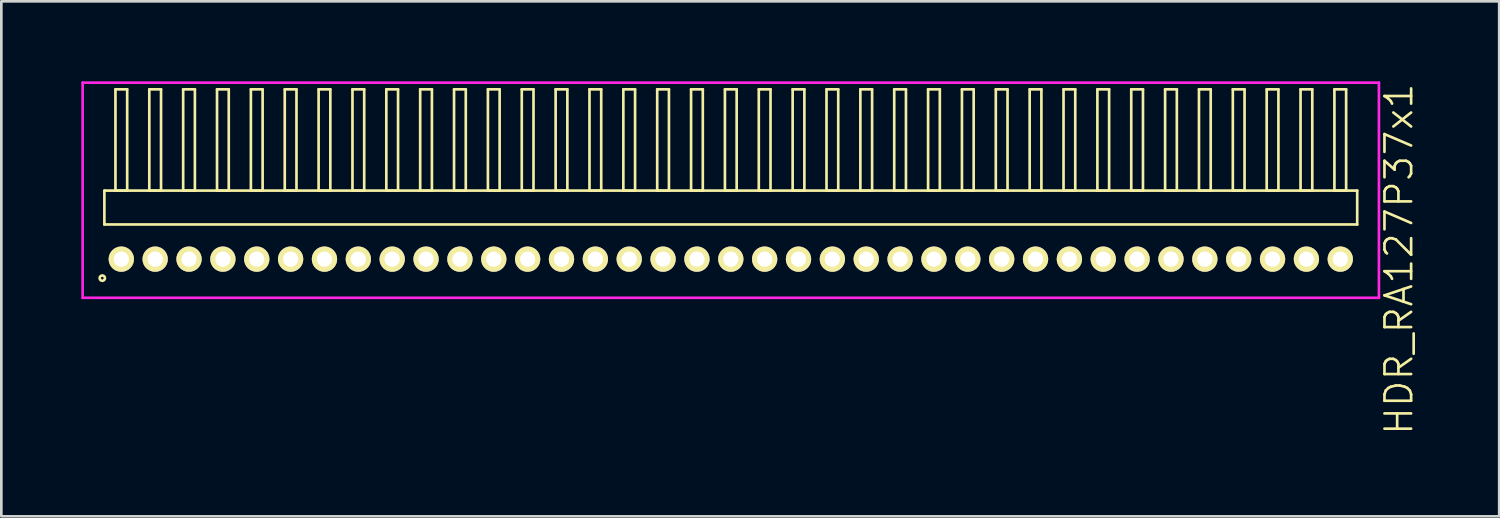
<source format=kicad_pcb>
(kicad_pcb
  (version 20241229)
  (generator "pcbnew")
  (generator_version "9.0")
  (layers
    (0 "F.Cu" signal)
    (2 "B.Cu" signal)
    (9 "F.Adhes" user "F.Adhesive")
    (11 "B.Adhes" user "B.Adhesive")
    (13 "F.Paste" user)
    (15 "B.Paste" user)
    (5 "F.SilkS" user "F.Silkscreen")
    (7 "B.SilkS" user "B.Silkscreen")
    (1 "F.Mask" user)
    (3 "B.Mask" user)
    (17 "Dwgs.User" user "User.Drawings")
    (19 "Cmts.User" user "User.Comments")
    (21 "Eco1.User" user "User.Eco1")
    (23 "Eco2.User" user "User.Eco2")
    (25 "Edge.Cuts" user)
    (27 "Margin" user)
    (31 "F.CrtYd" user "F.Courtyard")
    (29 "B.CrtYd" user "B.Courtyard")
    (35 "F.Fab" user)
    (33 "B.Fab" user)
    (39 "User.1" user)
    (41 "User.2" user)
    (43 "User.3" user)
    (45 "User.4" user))
  (footprint "HDR_RA127P37x1"
    (layer "F.Cu")
    (at 24.36 6.67)
    (property "Reference" "HDR_RA127P37x1" (at 25.06 0 90) (layer "F.SilkS") (effects (font (size 1 1) (thickness 0.1))))
    (attr through_hole)
    (fp_line (start -23.495 -2.57) (end -23.495 -1.3) (stroke (width 0.1) (type solid)) (layer "F.SilkS"))
    (fp_line (start -23.495 -1.3) (end 23.495 -1.3) (stroke (width 0.1) (type solid)) (layer "F.SilkS"))
    (fp_line (start -23.08 -6.37) (end -23.08 -2.57) (stroke (width 0.1) (type solid)) (layer "F.SilkS"))
    (fp_line (start -23.08 -2.57) (end -22.64 -2.57) (stroke (width 0.1) (type solid)) (layer "F.SilkS"))
    (fp_line (start -22.64 -6.37) (end -23.08 -6.37) (stroke (width 0.1) (type solid)) (layer "F.SilkS"))
    (fp_line (start -22.64 -2.57) (end -22.64 -6.37) (stroke (width 0.1) (type solid)) (layer "F.SilkS"))
    (fp_line (start -21.81 -6.37) (end -21.81 -2.57) (stroke (width 0.1) (type solid)) (layer "F.SilkS"))
    (fp_line (start -21.81 -2.57) (end -21.37 -2.57) (stroke (width 0.1) (type solid)) (layer "F.SilkS"))
    (fp_line (start -21.37 -6.37) (end -21.81 -6.37) (stroke (width 0.1) (type solid)) (layer "F.SilkS"))
    (fp_line (start -21.37 -2.57) (end -21.37 -6.37) (stroke (width 0.1) (type solid)) (layer "F.SilkS"))
    (fp_line (start -20.54 -6.37) (end -20.54 -2.57) (stroke (width 0.1) (type solid)) (layer "F.SilkS"))
    (fp_line (start -20.54 -2.57) (end -20.1 -2.57) (stroke (width 0.1) (type solid)) (layer "F.SilkS"))
    (fp_line (start -20.1 -6.37) (end -20.54 -6.37) (stroke (width 0.1) (type solid)) (layer "F.SilkS"))
    (fp_line (start -20.1 -2.57) (end -20.1 -6.37) (stroke (width 0.1) (type solid)) (layer "F.SilkS"))
    (fp_line (start -19.27 -6.37) (end -19.27 -2.57) (stroke (width 0.1) (type solid)) (layer "F.SilkS"))
    (fp_line (start -19.27 -2.57) (end -18.83 -2.57) (stroke (width 0.1) (type solid)) (layer "F.SilkS"))
    (fp_line (start -18.83 -6.37) (end -19.27 -6.37) (stroke (width 0.1) (type solid)) (layer "F.SilkS"))
    (fp_line (start -18.83 -2.57) (end -18.83 -6.37) (stroke (width 0.1) (type solid)) (layer "F.SilkS"))
    (fp_line (start -18 -6.37) (end -18 -2.57) (stroke (width 0.1) (type solid)) (layer "F.SilkS"))
    (fp_line (start -18 -2.57) (end -17.56 -2.57) (stroke (width 0.1) (type solid)) (layer "F.SilkS"))
    (fp_line (start -17.56 -6.37) (end -18 -6.37) (stroke (width 0.1) (type solid)) (layer "F.SilkS"))
    (fp_line (start -17.56 -2.57) (end -17.56 -6.37) (stroke (width 0.1) (type solid)) (layer "F.SilkS"))
    (fp_line (start -16.73 -6.37) (end -16.73 -2.57) (stroke (width 0.1) (type solid)) (layer "F.SilkS"))
    (fp_line (start -16.73 -2.57) (end -16.29 -2.57) (stroke (width 0.1) (type solid)) (layer "F.SilkS"))
    (fp_line (start -16.29 -6.37) (end -16.73 -6.37) (stroke (width 0.1) (type solid)) (layer "F.SilkS"))
    (fp_line (start -16.29 -2.57) (end -16.29 -6.37) (stroke (width 0.1) (type solid)) (layer "F.SilkS"))
    (fp_line (start -15.46 -6.37) (end -15.46 -2.57) (stroke (width 0.1) (type solid)) (layer "F.SilkS"))
    (fp_line (start -15.46 -2.57) (end -15.02 -2.57) (stroke (width 0.1) (type solid)) (layer "F.SilkS"))
    (fp_line (start -15.02 -6.37) (end -15.46 -6.37) (stroke (width 0.1) (type solid)) (layer "F.SilkS"))
    (fp_line (start -15.02 -2.57) (end -15.02 -6.37) (stroke (width 0.1) (type solid)) (layer "F.SilkS"))
    (fp_line (start -14.19 -6.37) (end -14.19 -2.57) (stroke (width 0.1) (type solid)) (layer "F.SilkS"))
    (fp_line (start -14.19 -2.57) (end -13.75 -2.57) (stroke (width 0.1) (type solid)) (layer "F.SilkS"))
    (fp_line (start -13.75 -6.37) (end -14.19 -6.37) (stroke (width 0.1) (type solid)) (layer "F.SilkS"))
    (fp_line (start -13.75 -2.57) (end -13.75 -6.37) (stroke (width 0.1) (type solid)) (layer "F.SilkS"))
    (fp_line (start -12.92 -6.37) (end -12.92 -2.57) (stroke (width 0.1) (type solid)) (layer "F.SilkS"))
    (fp_line (start -12.92 -2.57) (end -12.48 -2.57) (stroke (width 0.1) (type solid)) (layer "F.SilkS"))
    (fp_line (start -12.48 -6.37) (end -12.92 -6.37) (stroke (width 0.1) (type solid)) (layer "F.SilkS"))
    (fp_line (start -12.48 -2.57) (end -12.48 -6.37) (stroke (width 0.1) (type solid)) (layer "F.SilkS"))
    (fp_line (start -11.65 -6.37) (end -11.65 -2.57) (stroke (width 0.1) (type solid)) (layer "F.SilkS"))
    (fp_line (start -11.65 -2.57) (end -11.21 -2.57) (stroke (width 0.1) (type solid)) (layer "F.SilkS"))
    (fp_line (start -11.21 -6.37) (end -11.65 -6.37) (stroke (width 0.1) (type solid)) (layer "F.SilkS"))
    (fp_line (start -11.21 -2.57) (end -11.21 -6.37) (stroke (width 0.1) (type solid)) (layer "F.SilkS"))
    (fp_line (start -10.38 -6.37) (end -10.38 -2.57) (stroke (width 0.1) (type solid)) (layer "F.SilkS"))
    (fp_line (start -10.38 -2.57) (end -9.94 -2.57) (stroke (width 0.1) (type solid)) (layer "F.SilkS"))
    (fp_line (start -9.94 -6.37) (end -10.38 -6.37) (stroke (width 0.1) (type solid)) (layer "F.SilkS"))
    (fp_line (start -9.94 -2.57) (end -9.94 -6.37) (stroke (width 0.1) (type solid)) (layer "F.SilkS"))
    (fp_line (start -9.11 -6.37) (end -9.11 -2.57) (stroke (width 0.1) (type solid)) (layer "F.SilkS"))
    (fp_line (start -9.11 -2.57) (end -8.67 -2.57) (stroke (width 0.1) (type solid)) (layer "F.SilkS"))
    (fp_line (start -8.67 -6.37) (end -9.11 -6.37) (stroke (width 0.1) (type solid)) (layer "F.SilkS"))
    (fp_line (start -8.67 -2.57) (end -8.67 -6.37) (stroke (width 0.1) (type solid)) (layer "F.SilkS"))
    (fp_line (start -7.84 -6.37) (end -7.84 -2.57) (stroke (width 0.1) (type solid)) (layer "F.SilkS"))
    (fp_line (start -7.84 -2.57) (end -7.4 -2.57) (stroke (width 0.1) (type solid)) (layer "F.SilkS"))
    (fp_line (start -7.4 -6.37) (end -7.84 -6.37) (stroke (width 0.1) (type solid)) (layer "F.SilkS"))
    (fp_line (start -7.4 -2.57) (end -7.4 -6.37) (stroke (width 0.1) (type solid)) (layer "F.SilkS"))
    (fp_line (start -6.57 -6.37) (end -6.57 -2.57) (stroke (width 0.1) (type solid)) (layer "F.SilkS"))
    (fp_line (start -6.57 -2.57) (end -6.13 -2.57) (stroke (width 0.1) (type solid)) (layer "F.SilkS"))
    (fp_line (start -6.13 -6.37) (end -6.57 -6.37) (stroke (width 0.1) (type solid)) (layer "F.SilkS"))
    (fp_line (start -6.13 -2.57) (end -6.13 -6.37) (stroke (width 0.1) (type solid)) (layer "F.SilkS"))
    (fp_line (start -5.3 -6.37) (end -5.3 -2.57) (stroke (width 0.1) (type solid)) (layer "F.SilkS"))
    (fp_line (start -5.3 -2.57) (end -4.86 -2.57) (stroke (width 0.1) (type solid)) (layer "F.SilkS"))
    (fp_line (start -4.86 -6.37) (end -5.3 -6.37) (stroke (width 0.1) (type solid)) (layer "F.SilkS"))
    (fp_line (start -4.86 -2.57) (end -4.86 -6.37) (stroke (width 0.1) (type solid)) (layer "F.SilkS"))
    (fp_line (start -4.03 -6.37) (end -4.03 -2.57) (stroke (width 0.1) (type solid)) (layer "F.SilkS"))
    (fp_line (start -4.03 -2.57) (end -3.59 -2.57) (stroke (width 0.1) (type solid)) (layer "F.SilkS"))
    (fp_line (start -3.59 -6.37) (end -4.03 -6.37) (stroke (width 0.1) (type solid)) (layer "F.SilkS"))
    (fp_line (start -3.59 -2.57) (end -3.59 -6.37) (stroke (width 0.1) (type solid)) (layer "F.SilkS"))
    (fp_line (start -2.76 -6.37) (end -2.76 -2.57) (stroke (width 0.1) (type solid)) (layer "F.SilkS"))
    (fp_line (start -2.76 -2.57) (end -2.32 -2.57) (stroke (width 0.1) (type solid)) (layer "F.SilkS"))
    (fp_line (start -2.32 -6.37) (end -2.76 -6.37) (stroke (width 0.1) (type solid)) (layer "F.SilkS"))
    (fp_line (start -2.32 -2.57) (end -2.32 -6.37) (stroke (width 0.1) (type solid)) (layer "F.SilkS"))
    (fp_line (start -1.49 -6.37) (end -1.49 -2.57) (stroke (width 0.1) (type solid)) (layer "F.SilkS"))
    (fp_line (start -1.49 -2.57) (end -1.05 -2.57) (stroke (width 0.1) (type solid)) (layer "F.SilkS"))
    (fp_line (start -1.05 -6.37) (end -1.49 -6.37) (stroke (width 0.1) (type solid)) (layer "F.SilkS"))
    (fp_line (start -1.05 -2.57) (end -1.05 -6.37) (stroke (width 0.1) (type solid)) (layer "F.SilkS"))
    (fp_line (start -0.22 -6.37) (end -0.22 -2.57) (stroke (width 0.1) (type solid)) (layer "F.SilkS"))
    (fp_line (start -0.22 -2.57) (end 0.22 -2.57) (stroke (width 0.1) (type solid)) (layer "F.SilkS"))
    (fp_line (start 0.22 -6.37) (end -0.22 -6.37) (stroke (width 0.1) (type solid)) (layer "F.SilkS"))
    (fp_line (start 0.22 -2.57) (end 0.22 -6.37) (stroke (width 0.1) (type solid)) (layer "F.SilkS"))
    (fp_line (start 1.05 -6.37) (end 1.05 -2.57) (stroke (width 0.1) (type solid)) (layer "F.SilkS"))
    (fp_line (start 1.05 -2.57) (end 1.49 -2.57) (stroke (width 0.1) (type solid)) (layer "F.SilkS"))
    (fp_line (start 1.49 -6.37) (end 1.05 -6.37) (stroke (width 0.1) (type solid)) (layer "F.SilkS"))
    (fp_line (start 1.49 -2.57) (end 1.49 -6.37) (stroke (width 0.1) (type solid)) (layer "F.SilkS"))
    (fp_line (start 2.32 -6.37) (end 2.32 -2.57) (stroke (width 0.1) (type solid)) (layer "F.SilkS"))
    (fp_line (start 2.32 -2.57) (end 2.76 -2.57) (stroke (width 0.1) (type solid)) (layer "F.SilkS"))
    (fp_line (start 2.76 -6.37) (end 2.32 -6.37) (stroke (width 0.1) (type solid)) (layer "F.SilkS"))
    (fp_line (start 2.76 -2.57) (end 2.76 -6.37) (stroke (width 0.1) (type solid)) (layer "F.SilkS"))
    (fp_line (start 3.59 -6.37) (end 3.59 -2.57) (stroke (width 0.1) (type solid)) (layer "F.SilkS"))
    (fp_line (start 3.59 -2.57) (end 4.03 -2.57) (stroke (width 0.1) (type solid)) (layer "F.SilkS"))
    (fp_line (start 4.03 -6.37) (end 3.59 -6.37) (stroke (width 0.1) (type solid)) (layer "F.SilkS"))
    (fp_line (start 4.03 -2.57) (end 4.03 -6.37) (stroke (width 0.1) (type solid)) (layer "F.SilkS"))
    (fp_line (start 4.86 -6.37) (end 4.86 -2.57) (stroke (width 0.1) (type solid)) (layer "F.SilkS"))
    (fp_line (start 4.86 -2.57) (end 5.3 -2.57) (stroke (width 0.1) (type solid)) (layer "F.SilkS"))
    (fp_line (start 5.3 -6.37) (end 4.86 -6.37) (stroke (width 0.1) (type solid)) (layer "F.SilkS"))
    (fp_line (start 5.3 -2.57) (end 5.3 -6.37) (stroke (width 0.1) (type solid)) (layer "F.SilkS"))
    (fp_line (start 6.13 -6.37) (end 6.13 -2.57) (stroke (width 0.1) (type solid)) (layer "F.SilkS"))
    (fp_line (start 6.13 -2.57) (end 6.57 -2.57) (stroke (width 0.1) (type solid)) (layer "F.SilkS"))
    (fp_line (start 6.57 -6.37) (end 6.13 -6.37) (stroke (width 0.1) (type solid)) (layer "F.SilkS"))
    (fp_line (start 6.57 -2.57) (end 6.57 -6.37) (stroke (width 0.1) (type solid)) (layer "F.SilkS"))
    (fp_line (start 7.4 -6.37) (end 7.4 -2.57) (stroke (width 0.1) (type solid)) (layer "F.SilkS"))
    (fp_line (start 7.4 -2.57) (end 7.84 -2.57) (stroke (width 0.1) (type solid)) (layer "F.SilkS"))
    (fp_line (start 7.84 -6.37) (end 7.4 -6.37) (stroke (width 0.1) (type solid)) (layer "F.SilkS"))
    (fp_line (start 7.84 -2.57) (end 7.84 -6.37) (stroke (width 0.1) (type solid)) (layer "F.SilkS"))
    (fp_line (start 8.67 -6.37) (end 8.67 -2.57) (stroke (width 0.1) (type solid)) (layer "F.SilkS"))
    (fp_line (start 8.67 -2.57) (end 9.11 -2.57) (stroke (width 0.1) (type solid)) (layer "F.SilkS"))
    (fp_line (start 9.11 -6.37) (end 8.67 -6.37) (stroke (width 0.1) (type solid)) (layer "F.SilkS"))
    (fp_line (start 9.11 -2.57) (end 9.11 -6.37) (stroke (width 0.1) (type solid)) (layer "F.SilkS"))
    (fp_line (start 9.94 -6.37) (end 9.94 -2.57) (stroke (width 0.1) (type solid)) (layer "F.SilkS"))
    (fp_line (start 9.94 -2.57) (end 10.38 -2.57) (stroke (width 0.1) (type solid)) (layer "F.SilkS"))
    (fp_line (start 10.38 -6.37) (end 9.94 -6.37) (stroke (width 0.1) (type solid)) (layer "F.SilkS"))
    (fp_line (start 10.38 -2.57) (end 10.38 -6.37) (stroke (width 0.1) (type solid)) (layer "F.SilkS"))
    (fp_line (start 11.21 -6.37) (end 11.21 -2.57) (stroke (width 0.1) (type solid)) (layer "F.SilkS"))
    (fp_line (start 11.21 -2.57) (end 11.65 -2.57) (stroke (width 0.1) (type solid)) (layer "F.SilkS"))
    (fp_line (start 11.65 -6.37) (end 11.21 -6.37) (stroke (width 0.1) (type solid)) (layer "F.SilkS"))
    (fp_line (start 11.65 -2.57) (end 11.65 -6.37) (stroke (width 0.1) (type solid)) (layer "F.SilkS"))
    (fp_line (start 12.48 -6.37) (end 12.48 -2.57) (stroke (width 0.1) (type solid)) (layer "F.SilkS"))
    (fp_line (start 12.48 -2.57) (end 12.92 -2.57) (stroke (width 0.1) (type solid)) (layer "F.SilkS"))
    (fp_line (start 12.92 -6.37) (end 12.48 -6.37) (stroke (width 0.1) (type solid)) (layer "F.SilkS"))
    (fp_line (start 12.92 -2.57) (end 12.92 -6.37) (stroke (width 0.1) (type solid)) (layer "F.SilkS"))
    (fp_line (start 13.75 -6.37) (end 13.75 -2.57) (stroke (width 0.1) (type solid)) (layer "F.SilkS"))
    (fp_line (start 13.75 -2.57) (end 14.19 -2.57) (stroke (width 0.1) (type solid)) (layer "F.SilkS"))
    (fp_line (start 14.19 -6.37) (end 13.75 -6.37) (stroke (width 0.1) (type solid)) (layer "F.SilkS"))
    (fp_line (start 14.19 -2.57) (end 14.19 -6.37) (stroke (width 0.1) (type solid)) (layer "F.SilkS"))
    (fp_line (start 15.02 -6.37) (end 15.02 -2.57) (stroke (width 0.1) (type solid)) (layer "F.SilkS"))
    (fp_line (start 15.02 -2.57) (end 15.46 -2.57) (stroke (width 0.1) (type solid)) (layer "F.SilkS"))
    (fp_line (start 15.46 -6.37) (end 15.02 -6.37) (stroke (width 0.1) (type solid)) (layer "F.SilkS"))
    (fp_line (start 15.46 -2.57) (end 15.46 -6.37) (stroke (width 0.1) (type solid)) (layer "F.SilkS"))
    (fp_line (start 16.29 -6.37) (end 16.29 -2.57) (stroke (width 0.1) (type solid)) (layer "F.SilkS"))
    (fp_line (start 16.29 -2.57) (end 16.73 -2.57) (stroke (width 0.1) (type solid)) (layer "F.SilkS"))
    (fp_line (start 16.73 -6.37) (end 16.29 -6.37) (stroke (width 0.1) (type solid)) (layer "F.SilkS"))
    (fp_line (start 16.73 -2.57) (end 16.73 -6.37) (stroke (width 0.1) (type solid)) (layer "F.SilkS"))
    (fp_line (start 17.56 -6.37) (end 17.56 -2.57) (stroke (width 0.1) (type solid)) (layer "F.SilkS"))
    (fp_line (start 17.56 -2.57) (end 18 -2.57) (stroke (width 0.1) (type solid)) (layer "F.SilkS"))
    (fp_line (start 18 -6.37) (end 17.56 -6.37) (stroke (width 0.1) (type solid)) (layer "F.SilkS"))
    (fp_line (start 18 -2.57) (end 18 -6.37) (stroke (width 0.1) (type solid)) (layer "F.SilkS"))
    (fp_line (start 18.83 -6.37) (end 18.83 -2.57) (stroke (width 0.1) (type solid)) (layer "F.SilkS"))
    (fp_line (start 18.83 -2.57) (end 19.27 -2.57) (stroke (width 0.1) (type solid)) (layer "F.SilkS"))
    (fp_line (start 19.27 -6.37) (end 18.83 -6.37) (stroke (width 0.1) (type solid)) (layer "F.SilkS"))
    (fp_line (start 19.27 -2.57) (end 19.27 -6.37) (stroke (width 0.1) (type solid)) (layer "F.SilkS"))
    (fp_line (start 20.1 -6.37) (end 20.1 -2.57) (stroke (width 0.1) (type solid)) (layer "F.SilkS"))
    (fp_line (start 20.1 -2.57) (end 20.54 -2.57) (stroke (width 0.1) (type solid)) (layer "F.SilkS"))
    (fp_line (start 20.54 -6.37) (end 20.1 -6.37) (stroke (width 0.1) (type solid)) (layer "F.SilkS"))
    (fp_line (start 20.54 -2.57) (end 20.54 -6.37) (stroke (width 0.1) (type solid)) (layer "F.SilkS"))
    (fp_line (start 21.37 -6.37) (end 21.37 -2.57) (stroke (width 0.1) (type solid)) (layer "F.SilkS"))
    (fp_line (start 21.37 -2.57) (end 21.81 -2.57) (stroke (width 0.1) (type solid)) (layer "F.SilkS"))
    (fp_line (start 21.81 -6.37) (end 21.37 -6.37) (stroke (width 0.1) (type solid)) (layer "F.SilkS"))
    (fp_line (start 21.81 -2.57) (end 21.81 -6.37) (stroke (width 0.1) (type solid)) (layer "F.SilkS"))
    (fp_line (start 22.64 -6.37) (end 22.64 -2.57) (stroke (width 0.1) (type solid)) (layer "F.SilkS"))
    (fp_line (start 22.64 -2.57) (end 23.08 -2.57) (stroke (width 0.1) (type solid)) (layer "F.SilkS"))
    (fp_line (start 23.08 -6.37) (end 22.64 -6.37) (stroke (width 0.1) (type solid)) (layer "F.SilkS"))
    (fp_line (start 23.08 -2.57) (end 23.08 -6.37) (stroke (width 0.1) (type solid)) (layer "F.SilkS"))
    (fp_line (start 23.495 -2.57) (end -23.495 -2.57) (stroke (width 0.1) (type solid)) (layer "F.SilkS"))
    (fp_line (start 23.495 -1.3) (end 23.495 -2.57) (stroke (width 0.1) (type solid)) (layer "F.SilkS"))
    (fp_circle (center -23.573 0.712) (end -23.473 0.712) (stroke (width 0.1) (type solid)) (fill no) (layer "F.SilkS"))
    (fp_line (start -24.31 -6.62) (end -24.31 1.45) (stroke (width 0.1) (type solid)) (layer "F.CrtYd"))
    (fp_line (start -24.31 1.45) (end 24.31 1.45) (stroke (width 0.1) (type solid)) (layer "F.CrtYd"))
    (fp_line (start 24.31 -6.62) (end -24.31 -6.62) (stroke (width 0.1) (type solid)) (layer "F.CrtYd"))
    (fp_line (start 24.31 1.45) (end 24.31 -6.62) (stroke (width 0.1) (type solid)) (layer "F.CrtYd"))
    (pad "1" thru_hole oval (at -22.86 0) (size 0.95 0.95) (drill 0.57) (layers "*.Cu" "*.Mask" "F.SilkS"))
    (pad "2" thru_hole oval (at -21.59 0) (size 0.95 0.95) (drill 0.57) (layers "*.Cu" "*.Mask" "F.SilkS"))
    (pad "3" thru_hole oval (at -20.32 0) (size 0.95 0.95) (drill 0.57) (layers "*.Cu" "*.Mask" "F.SilkS"))
    (pad "4" thru_hole oval (at -19.05 0) (size 0.95 0.95) (drill 0.57) (layers "*.Cu" "*.Mask" "F.SilkS"))
    (pad "5" thru_hole oval (at -17.78 0) (size 0.95 0.95) (drill 0.57) (layers "*.Cu" "*.Mask" "F.SilkS"))
    (pad "6" thru_hole oval (at -16.51 0) (size 0.95 0.95) (drill 0.57) (layers "*.Cu" "*.Mask" "F.SilkS"))
    (pad "7" thru_hole oval (at -15.24 0) (size 0.95 0.95) (drill 0.57) (layers "*.Cu" "*.Mask" "F.SilkS"))
    (pad "8" thru_hole oval (at -13.97 0) (size 0.95 0.95) (drill 0.57) (layers "*.Cu" "*.Mask" "F.SilkS"))
    (pad "9" thru_hole oval (at -12.7 0) (size 0.95 0.95) (drill 0.57) (layers "*.Cu" "*.Mask" "F.SilkS"))
    (pad "10" thru_hole oval (at -11.43 0) (size 0.95 0.95) (drill 0.57) (layers "*.Cu" "*.Mask" "F.SilkS"))
    (pad "11" thru_hole oval (at -10.16 0) (size 0.95 0.95) (drill 0.57) (layers "*.Cu" "*.Mask" "F.SilkS"))
    (pad "12" thru_hole oval (at -8.89 0) (size 0.95 0.95) (drill 0.57) (layers "*.Cu" "*.Mask" "F.SilkS"))
    (pad "13" thru_hole oval (at -7.62 0) (size 0.95 0.95) (drill 0.57) (layers "*.Cu" "*.Mask" "F.SilkS"))
    (pad "14" thru_hole oval (at -6.35 0) (size 0.95 0.95) (drill 0.57) (layers "*.Cu" "*.Mask" "F.SilkS"))
    (pad "15" thru_hole oval (at -5.08 0) (size 0.95 0.95) (drill 0.57) (layers "*.Cu" "*.Mask" "F.SilkS"))
    (pad "16" thru_hole oval (at -3.81 0) (size 0.95 0.95) (drill 0.57) (layers "*.Cu" "*.Mask" "F.SilkS"))
    (pad "17" thru_hole oval (at -2.54 0) (size 0.95 0.95) (drill 0.57) (layers "*.Cu" "*.Mask" "F.SilkS"))
    (pad "18" thru_hole oval (at -1.27 0) (size 0.95 0.95) (drill 0.57) (layers "*.Cu" "*.Mask" "F.SilkS"))
    (pad "19" thru_hole oval (at 0 0) (size 0.95 0.95) (drill 0.57) (layers "*.Cu" "*.Mask" "F.SilkS"))
    (pad "20" thru_hole oval (at 1.27 0) (size 0.95 0.95) (drill 0.57) (layers "*.Cu" "*.Mask" "F.SilkS"))
    (pad "21" thru_hole oval (at 2.54 0) (size 0.95 0.95) (drill 0.57) (layers "*.Cu" "*.Mask" "F.SilkS"))
    (pad "22" thru_hole oval (at 3.81 0) (size 0.95 0.95) (drill 0.57) (layers "*.Cu" "*.Mask" "F.SilkS"))
    (pad "23" thru_hole oval (at 5.08 0) (size 0.95 0.95) (drill 0.57) (layers "*.Cu" "*.Mask" "F.SilkS"))
    (pad "24" thru_hole oval (at 6.35 0) (size 0.95 0.95) (drill 0.57) (layers "*.Cu" "*.Mask" "F.SilkS"))
    (pad "25" thru_hole oval (at 7.62 0) (size 0.95 0.95) (drill 0.57) (layers "*.Cu" "*.Mask" "F.SilkS"))
    (pad "26" thru_hole oval (at 8.89 0) (size 0.95 0.95) (drill 0.57) (layers "*.Cu" "*.Mask" "F.SilkS"))
    (pad "27" thru_hole oval (at 10.16 0) (size 0.95 0.95) (drill 0.57) (layers "*.Cu" "*.Mask" "F.SilkS"))
    (pad "28" thru_hole oval (at 11.43 0) (size 0.95 0.95) (drill 0.57) (layers "*.Cu" "*.Mask" "F.SilkS"))
    (pad "29" thru_hole oval (at 12.7 0) (size 0.95 0.95) (drill 0.57) (layers "*.Cu" "*.Mask" "F.SilkS"))
    (pad "30" thru_hole oval (at 13.97 0) (size 0.95 0.95) (drill 0.57) (layers "*.Cu" "*.Mask" "F.SilkS"))
    (pad "31" thru_hole oval (at 15.24 0) (size 0.95 0.95) (drill 0.57) (layers "*.Cu" "*.Mask" "F.SilkS"))
    (pad "32" thru_hole oval (at 16.51 0) (size 0.95 0.95) (drill 0.57) (layers "*.Cu" "*.Mask" "F.SilkS"))
    (pad "33" thru_hole oval (at 17.78 0) (size 0.95 0.95) (drill 0.57) (layers "*.Cu" "*.Mask" "F.SilkS"))
    (pad "34" thru_hole oval (at 19.05 0) (size 0.95 0.95) (drill 0.57) (layers "*.Cu" "*.Mask" "F.SilkS"))
    (pad "35" thru_hole oval (at 20.32 0) (size 0.95 0.95) (drill 0.57) (layers "*.Cu" "*.Mask" "F.SilkS"))
    (pad "36" thru_hole oval (at 21.59 0) (size 0.95 0.95) (drill 0.57) (layers "*.Cu" "*.Mask" "F.SilkS"))
    (pad "37" thru_hole oval (at 22.86 0) (size 0.95 0.95) (drill 0.57) (layers "*.Cu" "*.Mask" "F.SilkS")))
  (gr_rect
    (start -3 -3)
    (end 53.181 16.315)
    (stroke (width 0.1) (type default))
    (fill no)
    (layer "Edge.Cuts")))
</source>
